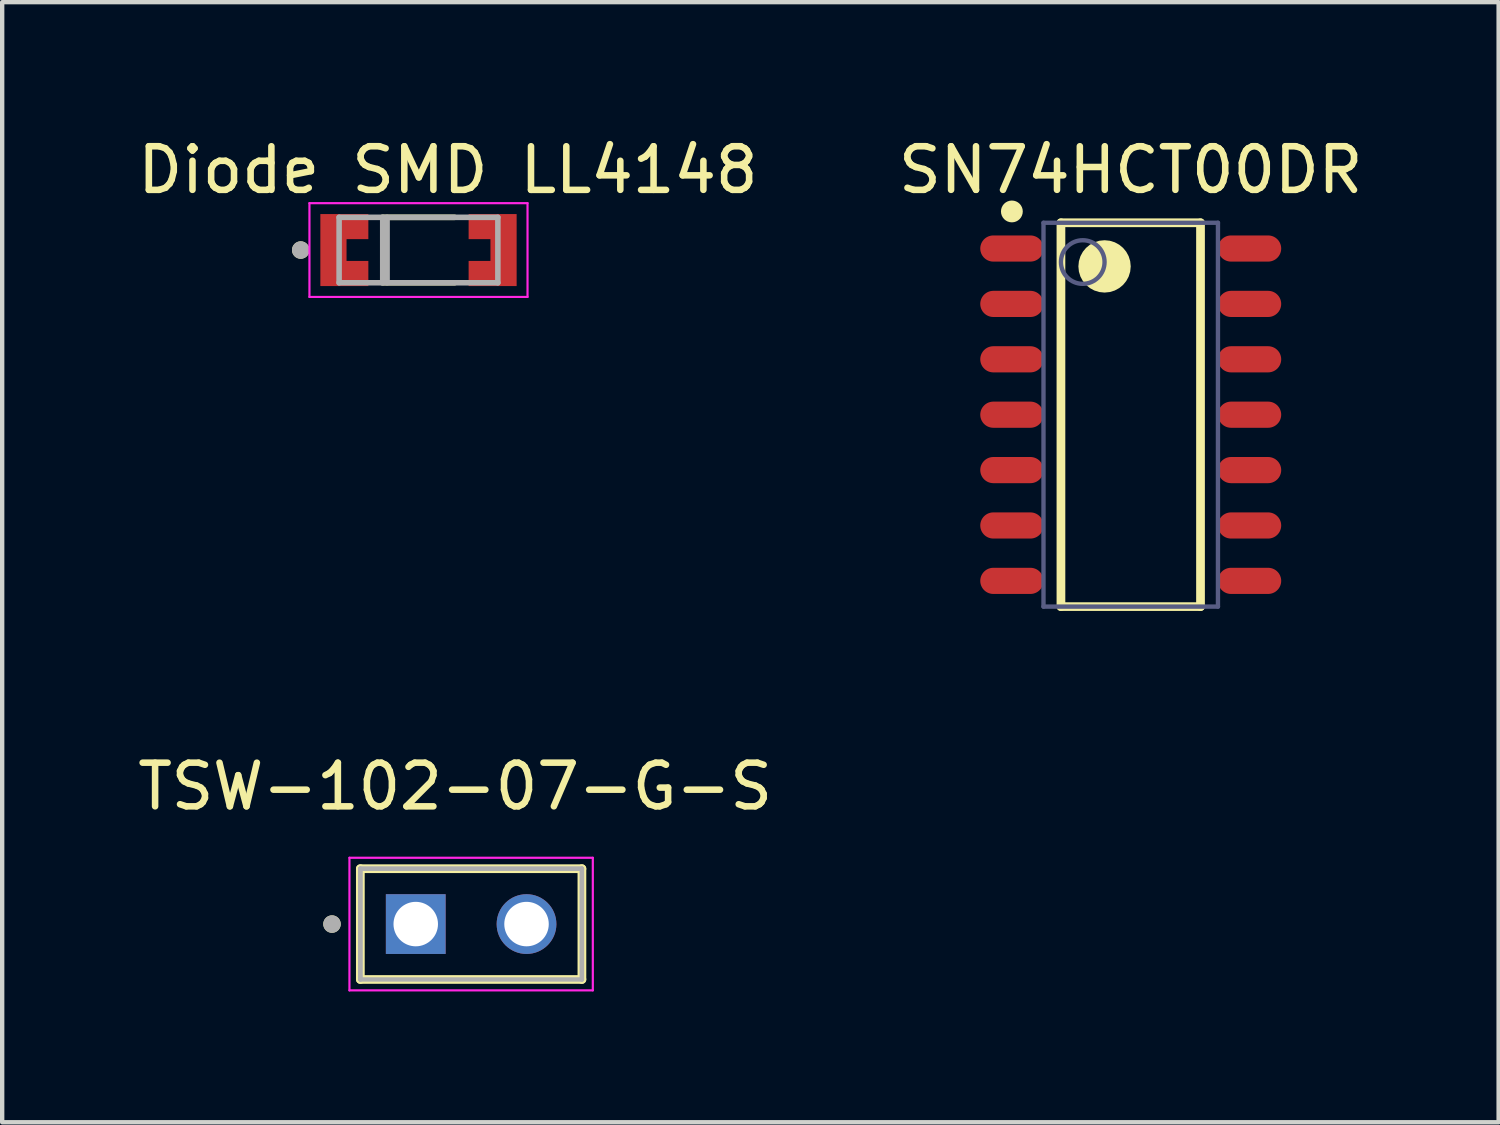
<source format=kicad_pcb>
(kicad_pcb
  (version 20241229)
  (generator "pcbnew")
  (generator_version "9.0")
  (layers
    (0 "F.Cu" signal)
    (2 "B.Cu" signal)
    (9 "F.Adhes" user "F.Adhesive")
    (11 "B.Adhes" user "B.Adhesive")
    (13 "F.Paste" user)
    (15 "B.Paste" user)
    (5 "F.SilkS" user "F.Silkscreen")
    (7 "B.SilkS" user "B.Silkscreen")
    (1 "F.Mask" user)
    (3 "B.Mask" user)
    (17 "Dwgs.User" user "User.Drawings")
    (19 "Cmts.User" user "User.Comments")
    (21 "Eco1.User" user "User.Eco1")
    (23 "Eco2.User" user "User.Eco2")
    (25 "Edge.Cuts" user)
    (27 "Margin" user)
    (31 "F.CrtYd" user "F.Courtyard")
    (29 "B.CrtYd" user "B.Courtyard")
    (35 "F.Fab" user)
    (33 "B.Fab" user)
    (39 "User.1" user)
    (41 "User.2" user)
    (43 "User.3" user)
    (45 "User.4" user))
  (footprint "TSW-102-07-G-S"
    (layer "F.Cu")
    (at 7.752 18.137)
    (property "Reference" "TSW-102-07-G-S" (at -0.365 -3.155 0) (layer "F.SilkS") (effects (font (size 1 1) (thickness 0.15))))
    (attr through_hole)
    (fp_line (start -2.54 1.27) (end -2.54 -1.27) (stroke (width 0.2) (type solid)) (layer "F.SilkS"))
    (fp_line (start 2.54 -1.27) (end -2.54 -1.27) (stroke (width 0.2) (type solid)) (layer "F.SilkS"))
    (fp_line (start 2.54 -1.27) (end 2.54 1.27) (stroke (width 0.2) (type solid)) (layer "F.SilkS"))
    (fp_line (start 2.54 1.27) (end -2.54 1.27) (stroke (width 0.2) (type solid)) (layer "F.SilkS"))
    (fp_circle (center -3.19 0) (end -3.09 0) (stroke (width 0.2) (type solid)) (fill no) (layer "F.SilkS"))
    (fp_line (start -2.79 -1.52) (end 2.79 -1.52) (stroke (width 0.05) (type solid)) (layer "F.CrtYd"))
    (fp_line (start -2.79 1.52) (end -2.79 -1.52) (stroke (width 0.05) (type solid)) (layer "F.CrtYd"))
    (fp_line (start 2.79 -1.52) (end 2.79 1.52) (stroke (width 0.05) (type solid)) (layer "F.CrtYd"))
    (fp_line (start 2.79 1.52) (end -2.79 1.52) (stroke (width 0.05) (type solid)) (layer "F.CrtYd"))
    (fp_line (start -2.54 -1.27) (end 2.54 -1.27) (stroke (width 0.1) (type solid)) (layer "F.Fab"))
    (fp_line (start -2.54 -1.27) (end 2.54 -1.27) (stroke (width 0.1) (type solid)) (layer "F.Fab"))
    (fp_line (start -2.54 1.27) (end -2.54 -1.27) (stroke (width 0.1) (type solid)) (layer "F.Fab"))
    (fp_line (start -2.54 1.27) (end -2.54 -1.27) (stroke (width 0.1) (type solid)) (layer "F.Fab"))
    (fp_line (start 2.54 -1.27) (end 2.54 1.27) (stroke (width 0.1) (type solid)) (layer "F.Fab"))
    (fp_line (start 2.54 -1.27) (end 2.54 1.27) (stroke (width 0.1) (type solid)) (layer "F.Fab"))
    (fp_line (start 2.54 1.27) (end -2.54 1.27) (stroke (width 0.1) (type solid)) (layer "F.Fab"))
    (fp_circle (center -3.19 0) (end -3.09 0) (stroke (width 0.2) (type solid)) (fill no) (layer "F.Fab"))
    (pad "01" thru_hole rect (at -1.27 0) (size 1.37 1.37) (drill 1.02) (layers "*.Cu" "*.Mask"))
    (pad "02" thru_hole circle (at 1.27 0) (size 1.37 1.37) (drill 1.02) (layers "*.Cu" "*.Mask")))
  (footprint "Diode SMD LL4148"
    (layer "F.Cu")
    (at 6.545 2.683)
    (property "Reference" "Diode SMD LL4148" (at 0.675 -1.835 0) (layer "F.SilkS") (effects (font (size 1 1) (thickness 0.15))))
    (attr smd)
    (fp_poly (pts (xy -1.55 -0.925) (xy -1.05 -0.925) (xy -1.05 -0.15) (xy -1.55 -0.15)) (stroke (width 0.01) (type solid)) (fill yes) (layer "F.Mask"))
    (fp_poly (pts (xy -1.55 0.15) (xy -1.05 0.15) (xy -1.05 0.925) (xy -1.55 0.925)) (stroke (width 0.01) (type solid)) (fill yes) (layer "F.Mask"))
    (fp_poly (pts (xy 1.55 -0.15) (xy 1.05 -0.15) (xy 1.05 -0.925) (xy 1.55 -0.925)) (stroke (width 0.01) (type solid)) (fill yes) (layer "F.Mask"))
    (fp_poly (pts (xy 1.55 0.925) (xy 1.05 0.925) (xy 1.05 0.15) (xy 1.55 0.15)) (stroke (width 0.01) (type solid)) (fill yes) (layer "F.Mask"))
    (fp_line (start -0.83 -0.75) (end 0.83 -0.75) (stroke (width 0.127) (type solid)) (layer "F.SilkS"))
    (fp_line (start 0.83 0.75) (end -0.83 0.75) (stroke (width 0.127) (type solid)) (layer "F.SilkS"))
    (fp_circle (center -2.7 0) (end -2.6 0) (stroke (width 0.2) (type solid)) (fill no) (layer "F.SilkS"))
    (fp_poly (pts (xy -1.65 -0.825) (xy -1.15 -0.825) (xy -1.15 -0.25) (xy -1.65 -0.25)) (stroke (width 0.01) (type solid)) (fill yes) (layer "F.Paste"))
    (fp_poly (pts (xy -1.65 0.25) (xy -1.15 0.25) (xy -1.15 0.825) (xy -1.65 0.825)) (stroke (width 0.01) (type solid)) (fill yes) (layer "F.Paste"))
    (fp_poly (pts (xy -1.65 0.25) (xy -1.15 0.25) (xy -1.15 0.825) (xy -1.65 0.825)) (stroke (width 0.01) (type solid)) (fill yes) (layer "F.Paste"))
    (fp_poly (pts (xy 1.65 -0.25) (xy 1.15 -0.25) (xy 1.15 -0.825) (xy 1.65 -0.825)) (stroke (width 0.01) (type solid)) (fill yes) (layer "F.Paste"))
    (fp_poly (pts (xy 1.65 -0.25) (xy 1.15 -0.25) (xy 1.15 -0.825) (xy 1.65 -0.825)) (stroke (width 0.01) (type solid)) (fill yes) (layer "F.Paste"))
    (fp_poly (pts (xy 1.65 0.825) (xy 1.15 0.825) (xy 1.15 0.25) (xy 1.65 0.25)) (stroke (width 0.01) (type solid)) (fill yes) (layer "F.Paste"))
    (fp_line (start -2.5 -1.075) (end -2.5 1.075) (stroke (width 0.05) (type solid)) (layer "F.CrtYd"))
    (fp_line (start -2.5 -1.075) (end 2.5 -1.075) (stroke (width 0.05) (type solid)) (layer "F.CrtYd"))
    (fp_line (start 2.5 1.075) (end -2.5 1.075) (stroke (width 0.05) (type solid)) (layer "F.CrtYd"))
    (fp_line (start 2.5 1.075) (end 2.5 -1.075) (stroke (width 0.05) (type solid)) (layer "F.CrtYd"))
    (fp_line (start -1.82 -0.75) (end -1.82 0.75) (stroke (width 0.127) (type solid)) (layer "F.Fab"))
    (fp_line (start -1.82 -0.75) (end 1.82 -0.75) (stroke (width 0.127) (type solid)) (layer "F.Fab"))
    (fp_line (start -0.82 -0.75) (end -0.82 0.75) (stroke (width 0.127) (type solid)) (layer "F.Fab"))
    (fp_line (start -0.72 -0.75) (end -0.72 0.75) (stroke (width 0.127) (type solid)) (layer "F.Fab"))
    (fp_line (start 1.82 0.75) (end -1.82 0.75) (stroke (width 0.127) (type solid)) (layer "F.Fab"))
    (fp_line (start 1.82 0.75) (end 1.82 -0.75) (stroke (width 0.127) (type solid)) (layer "F.Fab"))
    (fp_circle (center -2.7 0) (end -2.6 0) (stroke (width 0.2) (type solid)) (fill no) (layer "F.Fab"))
    (pad "A" smd custom (at 1.95 0) (size 0.6 1.65) (layers "F.Cu" "F.Mask" "F.Paste") (options (anchor rect)) (primitives (gr_poly (pts (xy -0.8 -0.825) (xy 0.3 -0.825) (xy 0.3 0.825) (xy -0.8 0.825) (xy -0.8 0.25) (xy -0.3 0.25) (xy -0.3 -0.25) (xy -0.8 -0.25)) (width 0.001) (fill yes))))
    (pad "C" smd custom (at -1.95 0) (size 0.6 1.65) (layers "F.Cu" "F.Mask" "F.Paste") (options (anchor rect)) (primitives (gr_poly (pts (xy -0.29 -0.825) (xy 0.8 -0.825) (xy 0.8 -0.25) (xy 0.3 -0.25) (xy 0.3 0.25) (xy 0.8 0.25) (xy 0.8 0.825) (xy -0.29 0.825)) (width 0.001) (fill yes)))))
  (footprint "SN74HCT00DR"
    (layer "F.Cu")
    (at 22.875 6.458)
    (property "Reference" "SN74HCT00DR" (at 0 -5.61 0) (layer "F.SilkS") (effects (font (size 1 1) (thickness 0.15))))
    (fp_line (start -1.6 -4.4) (end 1.6 -4.4) (stroke (width 0.2) (type solid)) (layer "F.SilkS"))
    (fp_line (start -1.6 4.4) (end -1.6 -4.4) (stroke (width 0.2) (type solid)) (layer "F.SilkS"))
    (fp_line (start -1.6 4.4) (end 1.6 4.4) (stroke (width 0.2) (type solid)) (layer "F.SilkS"))
    (fp_line (start 1.6 4.4) (end 1.6 -4.4) (stroke (width 0.2) (type solid)) (layer "F.SilkS"))
    (fp_circle (center -2.725 -4.66) (end -2.725 -4.785) (stroke (width 0.25) (type solid)) (fill no) (layer "F.SilkS"))
    (fp_circle (center -0.6 -3.4) (end -0.6 -3.7) (stroke (width 0.6) (type solid)) (fill no) (layer "F.SilkS"))
    (fp_line (start -3.7 -4.65) (end 3.7 -4.65) (stroke (width 0.05) (type solid)) (layer "Eco2.User"))
    (fp_line (start -3.7 4.65) (end -3.7 -4.65) (stroke (width 0.05) (type solid)) (layer "Eco2.User"))
    (fp_line (start -3.7 4.65) (end 3.7 4.65) (stroke (width 0.05) (type solid)) (layer "Eco2.User"))
    (fp_line (start -0.5 0) (end 0.5 0) (stroke (width 0.1) (type solid)) (layer "Eco2.User"))
    (fp_line (start 0 0.5) (end 0 -0.5) (stroke (width 0.1) (type solid)) (layer "Eco2.User"))
    (fp_line (start 3.7 4.65) (end 3.7 -4.65) (stroke (width 0.05) (type solid)) (layer "Eco2.User"))
    (fp_line (start -2 -4.4) (end 2 -4.4) (stroke (width 0.1) (type solid)) (layer "B.Fab"))
    (fp_line (start -2 4.4) (end -2 -4.4) (stroke (width 0.1) (type solid)) (layer "B.Fab"))
    (fp_line (start -2 4.4) (end 2 4.4) (stroke (width 0.1) (type solid)) (layer "B.Fab"))
    (fp_line (start 2 4.4) (end 2 -4.4) (stroke (width 0.1) (type solid)) (layer "B.Fab"))
    (fp_circle (center -1.1 -3.5) (end -1.1 -4) (stroke (width 0.1) (type solid)) (fill no) (layer "B.Fab"))
    (pad "1" smd oval (at -2.725 -3.81 90) (size 0.6 1.45) (layers "F.Cu" "F.Mask" "F.Paste"))
    (pad "2" smd oval (at -2.725 -2.54 90) (size 0.6 1.45) (layers "F.Cu" "F.Mask" "F.Paste"))
    (pad "3" smd oval (at -2.725 -1.27 90) (size 0.6 1.45) (layers "F.Cu" "F.Mask" "F.Paste"))
    (pad "4" smd oval (at -2.725 0 90) (size 0.6 1.45) (layers "F.Cu" "F.Mask" "F.Paste"))
    (pad "5" smd oval (at -2.725 1.27 90) (size 0.6 1.45) (layers "F.Cu" "F.Mask" "F.Paste"))
    (pad "6" smd oval (at -2.725 2.54 90) (size 0.6 1.45) (layers "F.Cu" "F.Mask" "F.Paste"))
    (pad "7" smd oval (at -2.725 3.81 90) (size 0.6 1.45) (layers "F.Cu" "F.Mask" "F.Paste"))
    (pad "8" smd oval (at 2.725 3.81 90) (size 0.6 1.45) (layers "F.Cu" "F.Mask" "F.Paste"))
    (pad "9" smd oval (at 2.725 2.54 90) (size 0.6 1.45) (layers "F.Cu" "F.Mask" "F.Paste"))
    (pad "10" smd oval (at 2.725 1.27 90) (size 0.6 1.45) (layers "F.Cu" "F.Mask" "F.Paste"))
    (pad "11" smd oval (at 2.725 0 90) (size 0.6 1.45) (layers "F.Cu" "F.Mask" "F.Paste"))
    (pad "12" smd oval (at 2.725 -1.27 90) (size 0.6 1.45) (layers "F.Cu" "F.Mask" "F.Paste"))
    (pad "13" smd oval (at 2.725 -2.54 90) (size 0.6 1.45) (layers "F.Cu" "F.Mask" "F.Paste"))
    (pad "14" smd oval (at 2.725 -3.81 90) (size 0.6 1.45) (layers "F.Cu" "F.Mask" "F.Paste")))
  (gr_rect
    (start -3 -3)
    (end 31.31 22.681)
    (stroke (width 0.1) (type default))
    (fill no)
    (layer "Edge.Cuts")))
</source>
